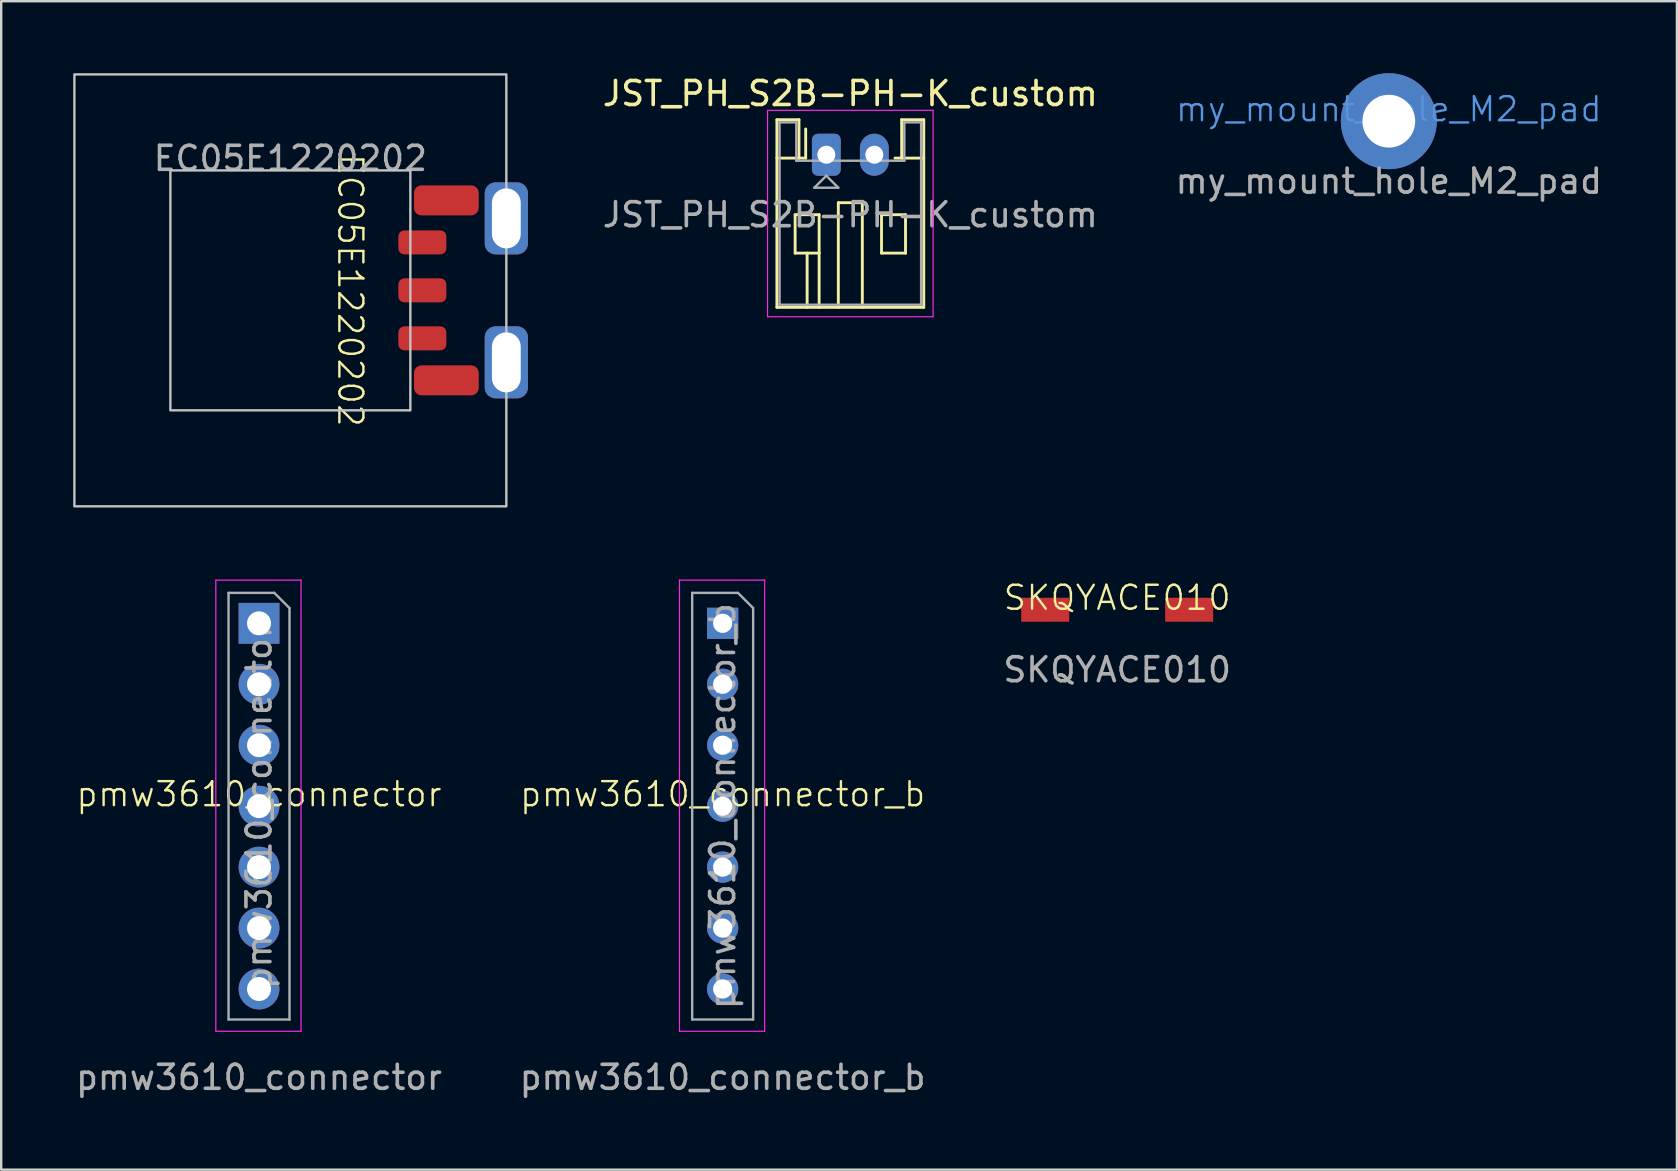
<source format=kicad_pcb>
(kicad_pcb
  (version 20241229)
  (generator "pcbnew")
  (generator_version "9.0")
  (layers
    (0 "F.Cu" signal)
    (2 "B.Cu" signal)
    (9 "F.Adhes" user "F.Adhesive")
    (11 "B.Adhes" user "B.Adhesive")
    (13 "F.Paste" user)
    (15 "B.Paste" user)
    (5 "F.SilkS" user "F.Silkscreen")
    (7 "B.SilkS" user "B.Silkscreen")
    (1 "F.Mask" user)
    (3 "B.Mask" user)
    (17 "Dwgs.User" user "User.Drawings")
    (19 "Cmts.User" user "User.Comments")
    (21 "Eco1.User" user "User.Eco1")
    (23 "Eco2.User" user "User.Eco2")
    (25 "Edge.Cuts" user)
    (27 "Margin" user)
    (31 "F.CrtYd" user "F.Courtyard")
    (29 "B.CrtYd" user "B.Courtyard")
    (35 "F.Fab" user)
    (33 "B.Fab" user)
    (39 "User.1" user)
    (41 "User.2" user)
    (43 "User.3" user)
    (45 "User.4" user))
  (footprint "JST_PH_S2B-PH-K_custom"
    (layer "F.Cu")
    (at 32.385 10.148)
    (property "Reference" "JST_PH_S2B-PH-K_custom" (at 0 -9.3 0) (layer "F.SilkS") (effects (font (size 1 1) (thickness 0.15))))
    (attr through_hole)
    (fp_line (start -3.06 -8.21) (end -3.06 -0.39) (stroke (width 0.12) (type solid)) (layer "F.SilkS"))
    (fp_line (start -3.06 -6.61) (end -2.14 -6.61) (stroke (width 0.12) (type solid)) (layer "F.SilkS"))
    (fp_line (start -3.06 -0.39) (end 3.06 -0.39) (stroke (width 0.12) (type solid)) (layer "F.SilkS"))
    (fp_line (start -2.3 -4.25) (end -2.3 -2.65) (stroke (width 0.12) (type solid)) (layer "F.SilkS"))
    (fp_line (start -2.3 -2.65) (end -1.3 -2.65) (stroke (width 0.12) (type solid)) (layer "F.SilkS"))
    (fp_line (start -2.14 -8.21) (end -3.06 -8.21) (stroke (width 0.12) (type solid)) (layer "F.SilkS"))
    (fp_line (start -2.14 -6.61) (end -2.14 -8.21) (stroke (width 0.12) (type solid)) (layer "F.SilkS"))
    (fp_line (start -1.86 -6.61) (end -2.14 -6.61) (stroke (width 0.12) (type solid)) (layer "F.SilkS"))
    (fp_line (start -1.86 -6.61) (end -1.86 -7.825) (stroke (width 0.12) (type solid)) (layer "F.SilkS"))
    (fp_line (start -1.8 -2.65) (end -1.8 -0.39) (stroke (width 0.12) (type solid)) (layer "F.SilkS"))
    (fp_line (start -1.3 -4.25) (end -2.3 -4.25) (stroke (width 0.12) (type solid)) (layer "F.SilkS"))
    (fp_line (start -1.3 -2.65) (end -1.3 -4.25) (stroke (width 0.12) (type solid)) (layer "F.SilkS"))
    (fp_line (start -1.3 -2.65) (end -1.3 -0.39) (stroke (width 0.12) (type solid)) (layer "F.SilkS"))
    (fp_line (start -0.5 -4.75) (end 0.5 -4.75) (stroke (width 0.12) (type solid)) (layer "F.SilkS"))
    (fp_line (start -0.5 -0.39) (end -0.5 -4.75) (stroke (width 0.12) (type solid)) (layer "F.SilkS"))
    (fp_line (start 0.5 -4.75) (end 0.5 -0.39) (stroke (width 0.12) (type solid)) (layer "F.SilkS"))
    (fp_line (start 1.3 -4.25) (end 2.3 -4.25) (stroke (width 0.12) (type solid)) (layer "F.SilkS"))
    (fp_line (start 1.3 -2.65) (end 1.3 -4.25) (stroke (width 0.12) (type solid)) (layer "F.SilkS"))
    (fp_line (start 2.14 -8.21) (end 2.14 -6.61) (stroke (width 0.12) (type solid)) (layer "F.SilkS"))
    (fp_line (start 2.14 -6.61) (end 1.86 -6.61) (stroke (width 0.12) (type solid)) (layer "F.SilkS"))
    (fp_line (start 2.3 -4.25) (end 2.3 -2.65) (stroke (width 0.12) (type solid)) (layer "F.SilkS"))
    (fp_line (start 2.3 -2.65) (end 1.3 -2.65) (stroke (width 0.12) (type solid)) (layer "F.SilkS"))
    (fp_line (start 3.06 -8.21) (end 2.14 -8.21) (stroke (width 0.12) (type solid)) (layer "F.SilkS"))
    (fp_line (start 3.06 -6.61) (end 2.14 -6.61) (stroke (width 0.12) (type solid)) (layer "F.SilkS"))
    (fp_line (start 3.06 -0.39) (end 3.06 -8.21) (stroke (width 0.12) (type solid)) (layer "F.SilkS"))
    (fp_line (start -3.45 -8.6) (end -3.45 0) (stroke (width 0.05) (type solid)) (layer "F.CrtYd"))
    (fp_line (start -3.45 0) (end 3.45 0) (stroke (width 0.05) (type solid)) (layer "F.CrtYd"))
    (fp_line (start 3.45 -8.6) (end -3.45 -8.6) (stroke (width 0.05) (type solid)) (layer "F.CrtYd"))
    (fp_line (start 3.45 0) (end 3.45 -8.6) (stroke (width 0.05) (type solid)) (layer "F.CrtYd"))
    (fp_line (start -2.95 -8.1) (end -2.95 -0.5) (stroke (width 0.1) (type solid)) (layer "F.Fab"))
    (fp_line (start -2.95 -0.5) (end 2.95 -0.5) (stroke (width 0.1) (type solid)) (layer "F.Fab"))
    (fp_line (start -2.25 -8.1) (end -2.95 -8.1) (stroke (width 0.1) (type solid)) (layer "F.Fab"))
    (fp_line (start -2.25 -6.5) (end -2.25 -8.1) (stroke (width 0.1) (type solid)) (layer "F.Fab"))
    (fp_line (start -1.5 -5.375) (end -0.5 -5.375) (stroke (width 0.1) (type solid)) (layer "F.Fab"))
    (fp_line (start -1 -5.875) (end -1.5 -5.375) (stroke (width 0.1) (type solid)) (layer "F.Fab"))
    (fp_line (start -0.5 -5.375) (end -1 -5.875) (stroke (width 0.1) (type solid)) (layer "F.Fab"))
    (fp_line (start 2.25 -8.1) (end 2.25 -6.5) (stroke (width 0.1) (type solid)) (layer "F.Fab"))
    (fp_line (start 2.25 -6.5) (end -2.25 -6.5) (stroke (width 0.1) (type solid)) (layer "F.Fab"))
    (fp_line (start 2.95 -8.1) (end 2.25 -8.1) (stroke (width 0.1) (type solid)) (layer "F.Fab"))
    (fp_line (start 2.95 -0.5) (end 2.95 -8.1) (stroke (width 0.1) (type solid)) (layer "F.Fab"))
    (fp_text user "${REFERENCE}" (at 0 -4.25 0) (layer "F.Fab") (effects (font (size 1 1) (thickness 0.15))))
    (pad "1" thru_hole oval (at 1 -6.75) (size 1.2 1.75) (drill 0.75) (layers "*.Cu" "*.Mask"))
    (pad "2" thru_hole roundrect (at -1 -6.75) (size 1.2 1.75) (drill 0.75) (layers "*.Cu" "*.Mask") (roundrect_rratio 0.208)))
  (footprint "SKQYACE010"
    (layer "F.Cu")
    (at 43.506 22.36)
    (property "Reference" "SKQYACE010" (at 0 -0.5 0) (unlocked yes) (layer "F.SilkS") (effects (font (size 1 1) (thickness 0.1))))
    (attr smd)
    (fp_text user "${REFERENCE}" (at 0 2.5 0) (unlocked yes) (layer "F.Fab") (effects (font (size 1 1) (thickness 0.15))))
    (pad "1" smd rect (at 3 0) (size 2 1) (layers "F.Cu" "F.Mask" "F.Paste"))
    (pad "2" smd rect (at -3 0) (size 2 1) (layers "F.Cu" "F.Mask" "F.Paste")))
  (footprint "pmw3610_connector"
    (layer "F.Cu")
    (at 7.744 30.545)
    (property "Reference" "pmw3610_connector" (at 0 -0.5 0) (unlocked yes) (layer "F.SilkS") (effects (font (size 1 1) (thickness 0.1))))
    (attr through_hole)
    (fp_line (start -1.8 -9.42) (end 1.75 -9.42) (stroke (width 0.05) (type solid)) (layer "F.CrtYd"))
    (fp_line (start -1.8 9.38) (end -1.8 -9.42) (stroke (width 0.05) (type solid)) (layer "F.CrtYd"))
    (fp_line (start 1.75 -9.42) (end 1.75 9.38) (stroke (width 0.05) (type solid)) (layer "F.CrtYd"))
    (fp_line (start 1.75 9.38) (end -1.8 9.38) (stroke (width 0.05) (type solid)) (layer "F.CrtYd"))
    (fp_line (start -1.27 -8.89) (end 0.635 -8.89) (stroke (width 0.1) (type solid)) (layer "F.Fab"))
    (fp_line (start -1.27 8.89) (end -1.27 -8.89) (stroke (width 0.1) (type solid)) (layer "F.Fab"))
    (fp_line (start 0.635 -8.89) (end 1.27 -8.255) (stroke (width 0.1) (type solid)) (layer "F.Fab"))
    (fp_line (start 1.27 -8.255) (end 1.27 8.89) (stroke (width 0.1) (type solid)) (layer "F.Fab"))
    (fp_line (start 1.27 8.89) (end -1.27 8.89) (stroke (width 0.1) (type solid)) (layer "F.Fab"))
    (fp_text user "${REFERENCE}" (at 0 0 90) (layer "F.Fab") (effects (font (size 1 1) (thickness 0.15))))
    (fp_text user "${REFERENCE}" (at 0 11.3 0) (unlocked yes) (layer "F.Fab") (effects (font (size 1 1) (thickness 0.15))))
    (pad "1" thru_hole rect (at 0 -7.62) (size 1.7 1.7) (drill 1) (layers "*.Cu" "*.Mask"))
    (pad "2" thru_hole oval (at 0 -5.08) (size 1.7 1.7) (drill 1) (layers "*.Cu" "*.Mask"))
    (pad "3" thru_hole oval (at 0 -2.54) (size 1.7 1.7) (drill 1) (layers "*.Cu" "*.Mask"))
    (pad "4" thru_hole oval (at 0 0) (size 1.7 1.7) (drill 1) (layers "*.Cu" "*.Mask"))
    (pad "5" thru_hole oval (at 0 2.54) (size 1.7 1.7) (drill 1) (layers "*.Cu" "*.Mask"))
    (pad "6" thru_hole oval (at 0 5.08) (size 1.7 1.7) (drill 1) (layers "*.Cu" "*.Mask"))
    (pad "7" thru_hole oval (at 0 7.62) (size 1.7 1.7) (drill 1) (layers "*.Cu" "*.Mask")))
  (footprint "EC05E1220202"
    (layer "F.Cu")
    (at 9.05 9.05)
    (property "Reference" "EC05E1220202" (at 2.5 0 270) (unlocked yes) (layer "F.SilkS") (effects (font (size 1 1) (thickness 0.1))))
    (attr smd)
    (fp_rect (start -9 -9) (end 9 9) (stroke (width 0.1) (type default)) (fill no) (layer "Dwgs.User"))
    (fp_rect (start -5 -5) (end 5 5) (stroke (width 0.1) (type default)) (fill no) (layer "Dwgs.User"))
    (fp_text user "${REFERENCE}" (at 0 -5.5 0) (unlocked yes) (layer "F.Fab") (effects (font (size 1 1) (thickness 0.15))))
    (pad "" smd roundrect (at 6.5 -3.75) (size 2.7 1.25) (layers "F.Cu" "F.Mask" "F.Paste") (roundrect_rratio 0.25))
    (pad "" smd roundrect (at 6.5 3.75) (size 2.7 1.25) (layers "F.Cu" "F.Mask" "F.Paste") (roundrect_rratio 0.25))
    (pad "" thru_hole roundrect (at 9 -3 90) (size 3 1.8) (drill oval 2.5 1.2) (layers "*.Cu" "*.Mask") (roundrect_rratio 0.25))
    (pad "" thru_hole roundrect (at 9 3 90) (size 3 1.8) (drill oval 2.5 1.2) (layers "*.Cu" "*.Mask") (roundrect_rratio 0.25))
    (pad "A" smd roundrect (at 5.5 2) (size 2 1) (layers "F.Cu" "F.Mask" "F.Paste") (roundrect_rratio 0.25))
    (pad "B" smd roundrect (at 5.5 -2) (size 2 1) (layers "F.Cu" "F.Mask" "F.Paste") (roundrect_rratio 0.25))
    (pad "C" smd roundrect (at 5.5 0) (size 2 1) (layers "F.Cu" "F.Mask" "F.Paste") (roundrect_rratio 0.25)))
  (footprint "my_mount_hole_M2_pad"
    (layer "F.Cu")
    (at 54.825 2)
    (property "Reference" "my_mount_hole_M2_pad" (at 0 -0.5 0) (unlocked yes) (layer "Cmts.User") (effects (font (size 1 1) (thickness 0.1))))
    (attr smd)
    (fp_text user "${REFERENCE}" (at 0 2.5 0) (unlocked yes) (layer "F.Fab") (effects (font (size 1 1) (thickness 0.15))))
    (pad "1" thru_hole circle (at 0 0) (size 4 4) (drill 2.2) (layers "*.Cu" "*.Mask")))
  (footprint "pmw3610_connector_b"
    (layer "F.Cu")
    (at 27.065 30.545)
    (property "Reference" "pmw3610_connector_b" (at 0 -0.5 0) (unlocked yes) (layer "F.SilkS") (effects (font (size 1 1) (thickness 0.1))))
    (attr through_hole)
    (fp_line (start -1.8 -9.42) (end 1.75 -9.42) (stroke (width 0.05) (type solid)) (layer "F.CrtYd"))
    (fp_line (start -1.8 9.38) (end -1.8 -9.42) (stroke (width 0.05) (type solid)) (layer "F.CrtYd"))
    (fp_line (start 1.75 -9.42) (end 1.75 9.38) (stroke (width 0.05) (type solid)) (layer "F.CrtYd"))
    (fp_line (start 1.75 9.38) (end -1.8 9.38) (stroke (width 0.05) (type solid)) (layer "F.CrtYd"))
    (fp_line (start -1.27 -8.89) (end 0.635 -8.89) (stroke (width 0.1) (type solid)) (layer "F.Fab"))
    (fp_line (start -1.27 8.89) (end -1.27 -8.89) (stroke (width 0.1) (type solid)) (layer "F.Fab"))
    (fp_line (start 0.635 -8.89) (end 1.27 -8.255) (stroke (width 0.1) (type solid)) (layer "F.Fab"))
    (fp_line (start 1.27 -8.255) (end 1.27 8.89) (stroke (width 0.1) (type solid)) (layer "F.Fab"))
    (fp_line (start 1.27 8.89) (end -1.27 8.89) (stroke (width 0.1) (type solid)) (layer "F.Fab"))
    (fp_text user "${REFERENCE}" (at 0 0 270) (layer "F.Fab") (effects (font (size 1 1) (thickness 0.15))))
    (fp_text user "${REFERENCE}" (at 0 11.3 0) (unlocked yes) (layer "F.Fab") (effects (font (size 1 1) (thickness 0.15))))
    (pad "1" thru_hole rect (at 0 -7.62) (size 1.3 1.3) (drill 0.8) (layers "*.Cu" "*.Mask"))
    (pad "2" thru_hole oval (at 0 -5.08) (size 1.3 1.3) (drill 0.8) (layers "*.Cu" "*.Mask"))
    (pad "3" thru_hole oval (at 0 -2.54) (size 1.3 1.3) (drill 0.8) (layers "*.Cu" "*.Mask"))
    (pad "4" thru_hole oval (at 0 0) (size 1.3 1.3) (drill 0.8) (layers "*.Cu" "*.Mask"))
    (pad "5" thru_hole oval (at 0 2.54) (size 1.3 1.3) (drill 0.8) (layers "*.Cu" "*.Mask"))
    (pad "6" thru_hole oval (at 0 5.08) (size 1.3 1.3) (drill 0.8) (layers "*.Cu" "*.Mask"))
    (pad "7" thru_hole oval (at 0 7.62) (size 1.3 1.3) (drill 0.8) (layers "*.Cu" "*.Mask")))
  (gr_rect
    (start -3 -3)
    (end 66.831 45.693)
    (stroke (width 0.1) (type default))
    (fill no)
    (layer "Edge.Cuts")))
</source>
